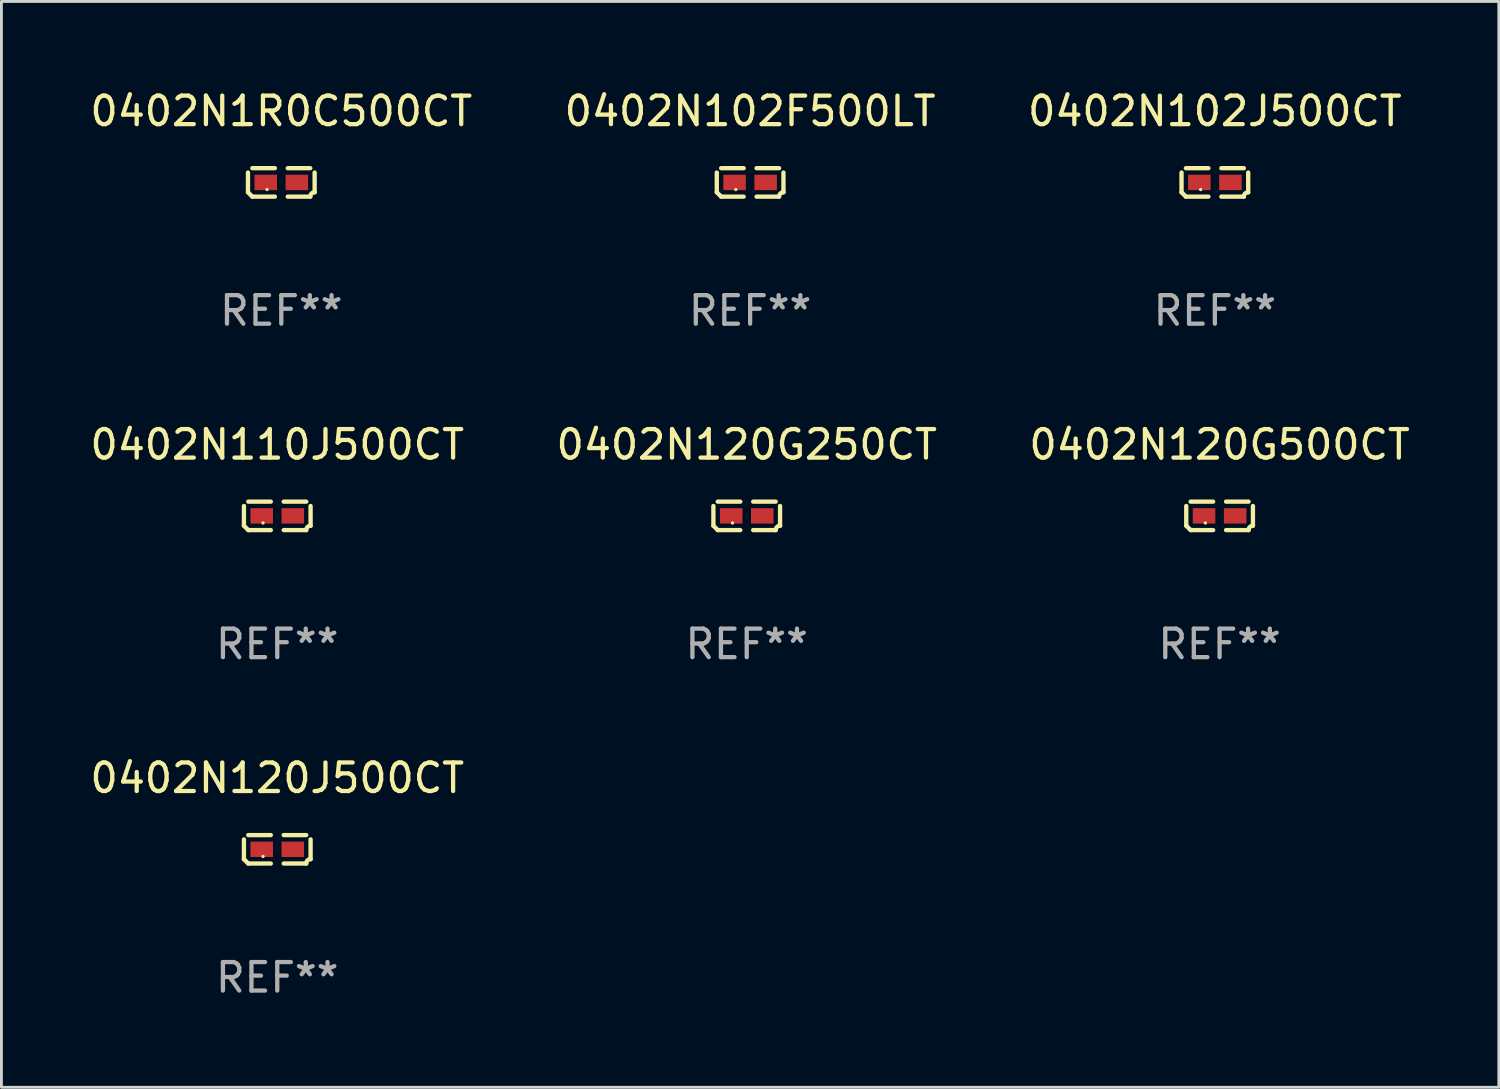
<source format=kicad_pcb>
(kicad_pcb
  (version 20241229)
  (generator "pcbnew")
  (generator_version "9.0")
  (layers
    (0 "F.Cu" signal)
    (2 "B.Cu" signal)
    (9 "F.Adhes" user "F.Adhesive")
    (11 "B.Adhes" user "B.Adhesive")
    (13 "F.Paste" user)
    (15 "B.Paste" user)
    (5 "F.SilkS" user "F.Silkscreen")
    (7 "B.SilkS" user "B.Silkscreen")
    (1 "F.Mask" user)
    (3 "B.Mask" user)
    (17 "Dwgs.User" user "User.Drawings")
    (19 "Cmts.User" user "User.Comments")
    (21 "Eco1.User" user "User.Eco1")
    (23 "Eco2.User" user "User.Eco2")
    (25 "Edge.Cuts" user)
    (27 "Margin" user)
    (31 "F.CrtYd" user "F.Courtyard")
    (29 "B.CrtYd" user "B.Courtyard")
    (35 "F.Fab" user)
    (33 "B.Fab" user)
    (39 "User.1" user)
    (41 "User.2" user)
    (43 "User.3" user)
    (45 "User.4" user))
  (footprint "0402N110J500CT"
    (layer "F.Cu")
    (at 6.673 15.041)
    (property "Reference" "0402N110J500CT" (at 0 -2.499 0) (layer "F.SilkS") (effects (font (size 1 1) (thickness 0.15))))
    (attr through_hole)
    (fp_line (start -1.169 0.346) (end -1.169 -0.346) (stroke (width 0.152) (type solid)) (layer "F.SilkS"))
    (fp_line (start -1.016 -0.499) (end -0.226 -0.499) (stroke (width 0.152) (type solid)) (layer "F.SilkS"))
    (fp_line (start -0.226 0.499) (end -1.016 0.499) (stroke (width 0.152) (type solid)) (layer "F.SilkS"))
    (fp_line (start 0.226 0.499) (end 1.016 0.499) (stroke (width 0.152) (type solid)) (layer "F.SilkS"))
    (fp_line (start 1.016 -0.499) (end 0.226 -0.499) (stroke (width 0.152) (type solid)) (layer "F.SilkS"))
    (fp_line (start 1.169 0.346) (end 1.169 -0.346) (stroke (width 0.152) (type solid)) (layer "F.SilkS"))
    (fp_arc (start -1.016307 0.498603) (mid -1.092512 0.422405) (end -1.16871 0.3462) (stroke (width 0.1524) (type solid)) (layer "F.SilkS"))
    (fp_arc (start 1.016307 0.498603) (mid 1.060899 0.390758) (end 1.168707 0.346076) (stroke (width 0.1524) (type solid)) (layer "F.SilkS"))
    (fp_circle (center -0.5 0.25) (end -0.47 0.25) (stroke (width 0.06) (type solid)) (fill no) (layer "F.SilkS"))
    (fp_text user "REF**" (at 0 4.499 0) (layer "F.Fab") (effects (font (size 1 1) (thickness 0.15))))
    (pad "1" smd rect (at -0.545 0) (size 0.79 0.54) (layers "F.Cu" "F.Mask" "F.Paste"))
    (pad "2" smd rect (at 0.545 0) (size 0.79 0.54) (layers "F.Cu" "F.Mask" "F.Paste")))
  (footprint "0402N120J500CT"
    (layer "F.Cu")
    (at 6.673 26.734)
    (property "Reference" "0402N120J500CT" (at 0 -2.499 0) (layer "F.SilkS") (effects (font (size 1 1) (thickness 0.15))))
    (attr through_hole)
    (fp_line (start -1.169 0.346) (end -1.169 -0.346) (stroke (width 0.152) (type solid)) (layer "F.SilkS"))
    (fp_line (start -1.016 -0.499) (end -0.226 -0.499) (stroke (width 0.152) (type solid)) (layer "F.SilkS"))
    (fp_line (start -0.226 0.499) (end -1.016 0.499) (stroke (width 0.152) (type solid)) (layer "F.SilkS"))
    (fp_line (start 0.226 0.499) (end 1.016 0.499) (stroke (width 0.152) (type solid)) (layer "F.SilkS"))
    (fp_line (start 1.016 -0.499) (end 0.226 -0.499) (stroke (width 0.152) (type solid)) (layer "F.SilkS"))
    (fp_line (start 1.169 0.346) (end 1.169 -0.346) (stroke (width 0.152) (type solid)) (layer "F.SilkS"))
    (fp_arc (start -1.016307 0.498603) (mid -1.092512 0.422405) (end -1.16871 0.3462) (stroke (width 0.1524) (type solid)) (layer "F.SilkS"))
    (fp_arc (start 1.016307 0.498603) (mid 1.060899 0.390758) (end 1.168707 0.346076) (stroke (width 0.1524) (type solid)) (layer "F.SilkS"))
    (fp_circle (center -0.5 0.25) (end -0.47 0.25) (stroke (width 0.06) (type solid)) (fill no) (layer "F.SilkS"))
    (fp_text user "REF**" (at 0 4.499 0) (layer "F.Fab") (effects (font (size 1 1) (thickness 0.15))))
    (pad "1" smd rect (at -0.545 0) (size 0.79 0.54) (layers "F.Cu" "F.Mask" "F.Paste"))
    (pad "2" smd rect (at 0.545 0) (size 0.79 0.54) (layers "F.Cu" "F.Mask" "F.Paste")))
  (footprint "0402N1R0C500CT"
    (layer "F.Cu")
    (at 6.815 3.347)
    (property "Reference" "0402N1R0C500CT" (at 0 -2.499 0) (layer "F.SilkS") (effects (font (size 1 1) (thickness 0.15))))
    (attr through_hole)
    (fp_line (start -1.169 0.346) (end -1.169 -0.346) (stroke (width 0.152) (type solid)) (layer "F.SilkS"))
    (fp_line (start -1.016 -0.499) (end -0.226 -0.499) (stroke (width 0.152) (type solid)) (layer "F.SilkS"))
    (fp_line (start -0.226 0.499) (end -1.016 0.499) (stroke (width 0.152) (type solid)) (layer "F.SilkS"))
    (fp_line (start 0.226 0.499) (end 1.016 0.499) (stroke (width 0.152) (type solid)) (layer "F.SilkS"))
    (fp_line (start 1.016 -0.499) (end 0.226 -0.499) (stroke (width 0.152) (type solid)) (layer "F.SilkS"))
    (fp_line (start 1.169 0.346) (end 1.169 -0.346) (stroke (width 0.152) (type solid)) (layer "F.SilkS"))
    (fp_arc (start -1.016307 0.498603) (mid -1.092512 0.422405) (end -1.16871 0.3462) (stroke (width 0.1524) (type solid)) (layer "F.SilkS"))
    (fp_arc (start 1.016307 0.498603) (mid 1.060899 0.390758) (end 1.168707 0.346076) (stroke (width 0.1524) (type solid)) (layer "F.SilkS"))
    (fp_circle (center -0.5 0.25) (end -0.47 0.25) (stroke (width 0.06) (type solid)) (fill no) (layer "F.SilkS"))
    (fp_text user "REF**" (at 0 4.499 0) (layer "F.Fab") (effects (font (size 1 1) (thickness 0.15))))
    (pad "1" smd rect (at -0.545 0) (size 0.79 0.54) (layers "F.Cu" "F.Mask" "F.Paste"))
    (pad "2" smd rect (at 0.545 0) (size 0.79 0.54) (layers "F.Cu" "F.Mask" "F.Paste")))
  (footprint "0402N102J500CT"
    (layer "F.Cu")
    (at 39.554 3.347)
    (property "Reference" "0402N102J500CT" (at 0 -2.499 0) (layer "F.SilkS") (effects (font (size 1 1) (thickness 0.15))))
    (attr through_hole)
    (fp_line (start -1.169 0.346) (end -1.169 -0.346) (stroke (width 0.152) (type solid)) (layer "F.SilkS"))
    (fp_line (start -1.016 -0.499) (end -0.226 -0.499) (stroke (width 0.152) (type solid)) (layer "F.SilkS"))
    (fp_line (start -0.226 0.499) (end -1.016 0.499) (stroke (width 0.152) (type solid)) (layer "F.SilkS"))
    (fp_line (start 0.226 0.499) (end 1.016 0.499) (stroke (width 0.152) (type solid)) (layer "F.SilkS"))
    (fp_line (start 1.016 -0.499) (end 0.226 -0.499) (stroke (width 0.152) (type solid)) (layer "F.SilkS"))
    (fp_line (start 1.169 0.346) (end 1.169 -0.346) (stroke (width 0.152) (type solid)) (layer "F.SilkS"))
    (fp_arc (start -1.016307 0.498603) (mid -1.092512 0.422405) (end -1.16871 0.3462) (stroke (width 0.1524) (type solid)) (layer "F.SilkS"))
    (fp_arc (start 1.016307 0.498603) (mid 1.060899 0.390758) (end 1.168707 0.346076) (stroke (width 0.1524) (type solid)) (layer "F.SilkS"))
    (fp_circle (center -0.5 0.25) (end -0.47 0.25) (stroke (width 0.06) (type solid)) (fill no) (layer "F.SilkS"))
    (fp_text user "REF**" (at 0 4.499 0) (layer "F.Fab") (effects (font (size 1 1) (thickness 0.15))))
    (pad "1" smd rect (at -0.545 0) (size 0.79 0.54) (layers "F.Cu" "F.Mask" "F.Paste"))
    (pad "2" smd rect (at 0.545 0) (size 0.79 0.54) (layers "F.Cu" "F.Mask" "F.Paste")))
  (footprint "0402N102F500LT"
    (layer "F.Cu")
    (at 23.256 3.347)
    (property "Reference" "0402N102F500LT" (at 0 -2.499 0) (layer "F.SilkS") (effects (font (size 1 1) (thickness 0.15))))
    (attr through_hole)
    (fp_line (start -1.169 0.346) (end -1.169 -0.346) (stroke (width 0.152) (type solid)) (layer "F.SilkS"))
    (fp_line (start -1.016 -0.499) (end -0.226 -0.499) (stroke (width 0.152) (type solid)) (layer "F.SilkS"))
    (fp_line (start -0.226 0.499) (end -1.016 0.499) (stroke (width 0.152) (type solid)) (layer "F.SilkS"))
    (fp_line (start 0.226 0.499) (end 1.016 0.499) (stroke (width 0.152) (type solid)) (layer "F.SilkS"))
    (fp_line (start 1.016 -0.499) (end 0.226 -0.499) (stroke (width 0.152) (type solid)) (layer "F.SilkS"))
    (fp_line (start 1.169 0.346) (end 1.169 -0.346) (stroke (width 0.152) (type solid)) (layer "F.SilkS"))
    (fp_arc (start -1.016307 0.498603) (mid -1.092512 0.422405) (end -1.16871 0.3462) (stroke (width 0.1524) (type solid)) (layer "F.SilkS"))
    (fp_arc (start 1.016307 0.498603) (mid 1.060899 0.390758) (end 1.168707 0.346076) (stroke (width 0.1524) (type solid)) (layer "F.SilkS"))
    (fp_circle (center -0.5 0.25) (end -0.47 0.25) (stroke (width 0.06) (type solid)) (fill no) (layer "F.SilkS"))
    (fp_text user "REF**" (at 0 4.499 0) (layer "F.Fab") (effects (font (size 1 1) (thickness 0.15))))
    (pad "1" smd rect (at -0.545 0) (size 0.79 0.54) (layers "F.Cu" "F.Mask" "F.Paste"))
    (pad "2" smd rect (at 0.545 0) (size 0.79 0.54) (layers "F.Cu" "F.Mask" "F.Paste")))
  (footprint "0402N120G500CT"
    (layer "F.Cu")
    (at 39.72 15.041)
    (property "Reference" "0402N120G500CT" (at 0 -2.499 0) (layer "F.SilkS") (effects (font (size 1 1) (thickness 0.15))))
    (attr through_hole)
    (fp_line (start -1.169 0.346) (end -1.169 -0.346) (stroke (width 0.152) (type solid)) (layer "F.SilkS"))
    (fp_line (start -1.016 -0.499) (end -0.226 -0.499) (stroke (width 0.152) (type solid)) (layer "F.SilkS"))
    (fp_line (start -0.226 0.499) (end -1.016 0.499) (stroke (width 0.152) (type solid)) (layer "F.SilkS"))
    (fp_line (start 0.226 0.499) (end 1.016 0.499) (stroke (width 0.152) (type solid)) (layer "F.SilkS"))
    (fp_line (start 1.016 -0.499) (end 0.226 -0.499) (stroke (width 0.152) (type solid)) (layer "F.SilkS"))
    (fp_line (start 1.169 0.346) (end 1.169 -0.346) (stroke (width 0.152) (type solid)) (layer "F.SilkS"))
    (fp_arc (start -1.016307 0.498603) (mid -1.092512 0.422405) (end -1.16871 0.3462) (stroke (width 0.1524) (type solid)) (layer "F.SilkS"))
    (fp_arc (start 1.016307 0.498603) (mid 1.060899 0.390758) (end 1.168707 0.346076) (stroke (width 0.1524) (type solid)) (layer "F.SilkS"))
    (fp_circle (center -0.5 0.25) (end -0.47 0.25) (stroke (width 0.06) (type solid)) (fill no) (layer "F.SilkS"))
    (fp_text user "REF**" (at 0 4.499 0) (layer "F.Fab") (effects (font (size 1 1) (thickness 0.15))))
    (pad "1" smd rect (at -0.545 0) (size 0.79 0.54) (layers "F.Cu" "F.Mask" "F.Paste"))
    (pad "2" smd rect (at 0.545 0) (size 0.79 0.54) (layers "F.Cu" "F.Mask" "F.Paste")))
  (footprint "0402N120G250CT"
    (layer "F.Cu")
    (at 23.137 15.041)
    (property "Reference" "0402N120G250CT" (at 0 -2.499 0) (layer "F.SilkS") (effects (font (size 1 1) (thickness 0.15))))
    (attr through_hole)
    (fp_line (start -1.169 0.346) (end -1.169 -0.346) (stroke (width 0.152) (type solid)) (layer "F.SilkS"))
    (fp_line (start -1.016 -0.499) (end -0.226 -0.499) (stroke (width 0.152) (type solid)) (layer "F.SilkS"))
    (fp_line (start -0.226 0.499) (end -1.016 0.499) (stroke (width 0.152) (type solid)) (layer "F.SilkS"))
    (fp_line (start 0.226 0.499) (end 1.016 0.499) (stroke (width 0.152) (type solid)) (layer "F.SilkS"))
    (fp_line (start 1.016 -0.499) (end 0.226 -0.499) (stroke (width 0.152) (type solid)) (layer "F.SilkS"))
    (fp_line (start 1.169 0.346) (end 1.169 -0.346) (stroke (width 0.152) (type solid)) (layer "F.SilkS"))
    (fp_arc (start -1.016307 0.498603) (mid -1.092512 0.422405) (end -1.16871 0.3462) (stroke (width 0.1524) (type solid)) (layer "F.SilkS"))
    (fp_arc (start 1.016307 0.498603) (mid 1.060899 0.390758) (end 1.168707 0.346076) (stroke (width 0.1524) (type solid)) (layer "F.SilkS"))
    (fp_circle (center -0.5 0.25) (end -0.47 0.25) (stroke (width 0.06) (type solid)) (fill no) (layer "F.SilkS"))
    (fp_text user "REF**" (at 0 4.499 0) (layer "F.Fab") (effects (font (size 1 1) (thickness 0.15))))
    (pad "1" smd rect (at -0.545 0) (size 0.79 0.54) (layers "F.Cu" "F.Mask" "F.Paste"))
    (pad "2" smd rect (at 0.545 0) (size 0.79 0.54) (layers "F.Cu" "F.Mask" "F.Paste")))
  (gr_rect
    (start -3 -3)
    (end 49.512 35.081)
    (stroke (width 0.1) (type default))
    (fill no)
    (layer "Edge.Cuts")))
</source>
